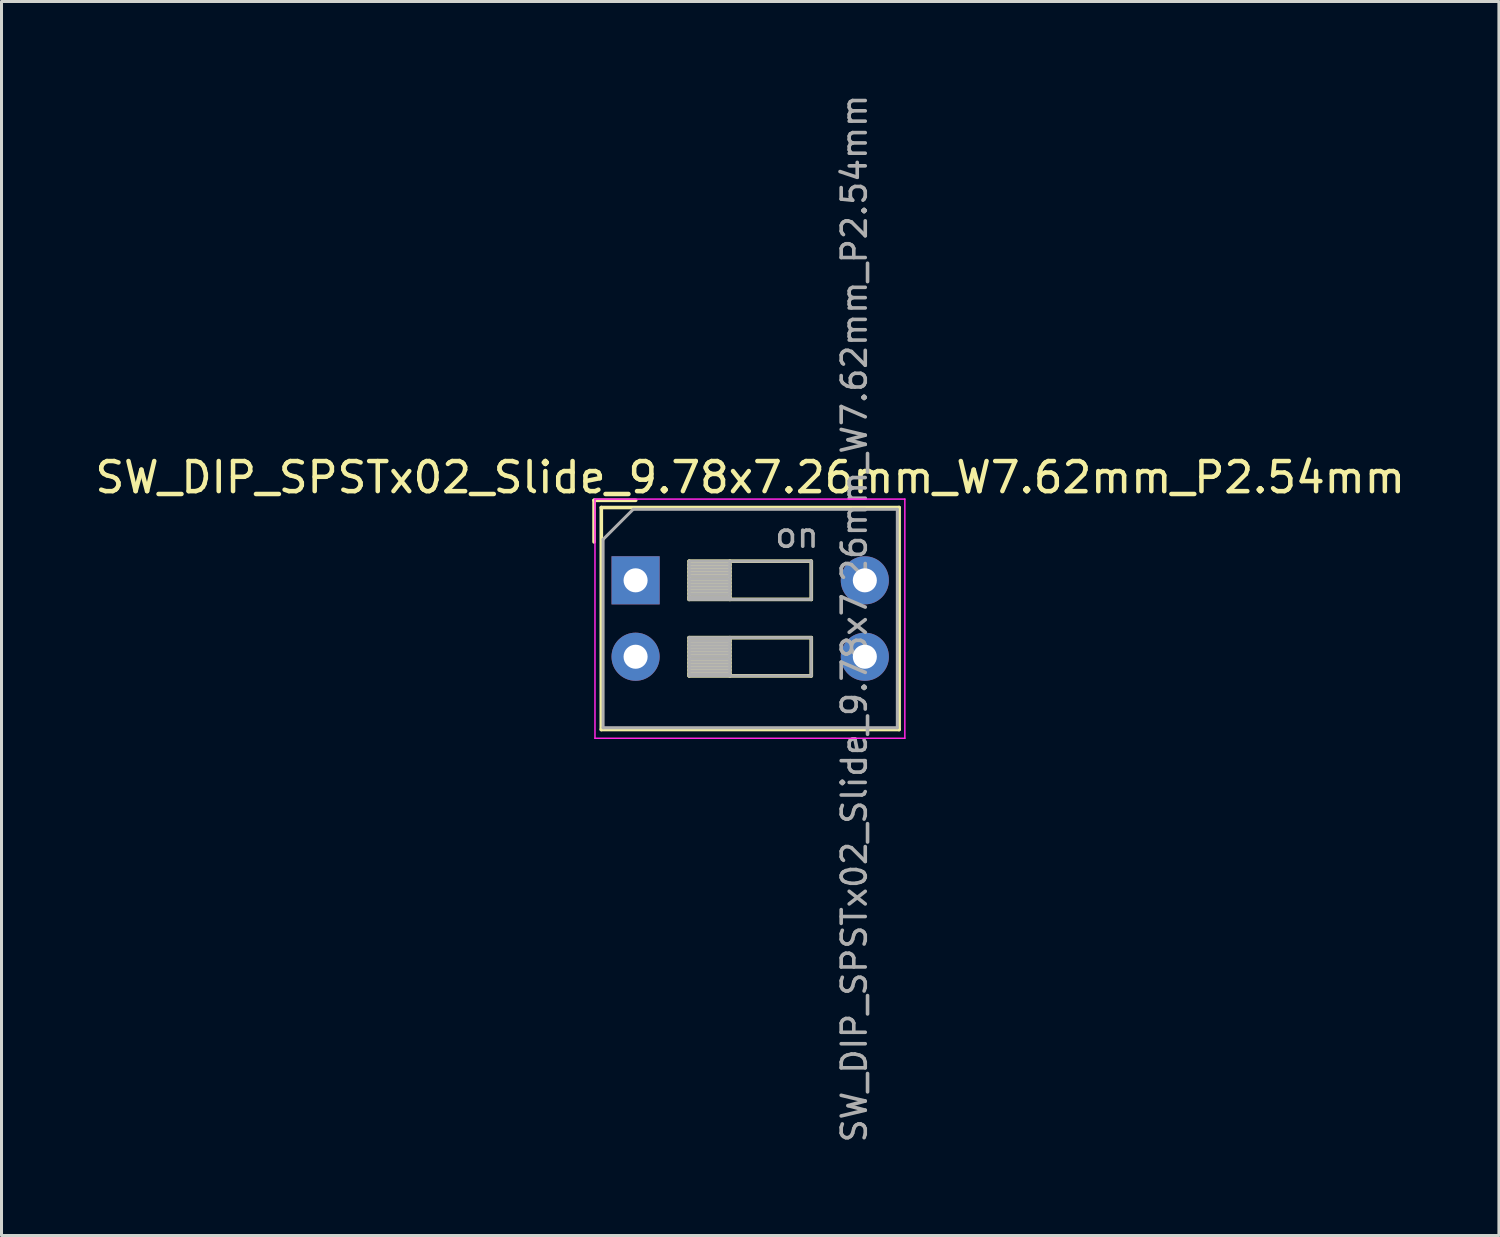
<source format=kicad_pcb>
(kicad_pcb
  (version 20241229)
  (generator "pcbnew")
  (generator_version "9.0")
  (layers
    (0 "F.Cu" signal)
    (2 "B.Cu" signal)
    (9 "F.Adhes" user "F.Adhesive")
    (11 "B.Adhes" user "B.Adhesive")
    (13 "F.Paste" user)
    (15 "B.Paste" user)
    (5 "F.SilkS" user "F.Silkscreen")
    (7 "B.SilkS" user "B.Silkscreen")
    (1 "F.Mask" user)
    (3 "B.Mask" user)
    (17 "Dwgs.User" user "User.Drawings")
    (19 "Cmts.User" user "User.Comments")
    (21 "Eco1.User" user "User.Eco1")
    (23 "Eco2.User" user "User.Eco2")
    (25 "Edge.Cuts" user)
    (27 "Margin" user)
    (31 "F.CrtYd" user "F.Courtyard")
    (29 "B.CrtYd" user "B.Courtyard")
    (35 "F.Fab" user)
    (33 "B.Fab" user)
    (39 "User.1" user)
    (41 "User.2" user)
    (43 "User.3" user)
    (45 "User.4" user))
  (footprint "SW_DIP_SPSTx02_Slide_9.78x7.26mm_W7.62mm_P2.54mm"
    (layer "F.Cu")
    (at 18.077 16.24)
    (property "Reference" "SW_DIP_SPSTx02_Slide_9.78x7.26mm_W7.62mm_P2.54mm" (at 3.81 -3.42 0) (layer "F.SilkS") (effects (font (size 1 1) (thickness 0.15))))
    (attr through_hole)
    (fp_line (start -1.38 -2.66) (end -1.38 -1.277) (stroke (width 0.12) (type solid)) (layer "F.SilkS"))
    (fp_line (start -1.38 -2.66) (end 0.004 -2.66) (stroke (width 0.12) (type solid)) (layer "F.SilkS"))
    (fp_line (start -1.14 -2.42) (end -1.14 4.96) (stroke (width 0.12) (type solid)) (layer "F.SilkS"))
    (fp_line (start -1.14 -2.42) (end 8.76 -2.42) (stroke (width 0.12) (type solid)) (layer "F.SilkS"))
    (fp_line (start -1.14 4.96) (end 8.76 4.96) (stroke (width 0.12) (type solid)) (layer "F.SilkS"))
    (fp_line (start 1.78 -0.635) (end 1.78 0.635) (stroke (width 0.12) (type solid)) (layer "F.SilkS"))
    (fp_line (start 1.78 -0.515) (end 3.133 -0.515) (stroke (width 0.12) (type solid)) (layer "F.SilkS"))
    (fp_line (start 1.78 -0.395) (end 3.133 -0.395) (stroke (width 0.12) (type solid)) (layer "F.SilkS"))
    (fp_line (start 1.78 -0.275) (end 3.133 -0.275) (stroke (width 0.12) (type solid)) (layer "F.SilkS"))
    (fp_line (start 1.78 -0.155) (end 3.133 -0.155) (stroke (width 0.12) (type solid)) (layer "F.SilkS"))
    (fp_line (start 1.78 -0.035) (end 3.133 -0.035) (stroke (width 0.12) (type solid)) (layer "F.SilkS"))
    (fp_line (start 1.78 0.085) (end 3.133 0.085) (stroke (width 0.12) (type solid)) (layer "F.SilkS"))
    (fp_line (start 1.78 0.205) (end 3.133 0.205) (stroke (width 0.12) (type solid)) (layer "F.SilkS"))
    (fp_line (start 1.78 0.325) (end 3.133 0.325) (stroke (width 0.12) (type solid)) (layer "F.SilkS"))
    (fp_line (start 1.78 0.445) (end 3.133 0.445) (stroke (width 0.12) (type solid)) (layer "F.SilkS"))
    (fp_line (start 1.78 0.565) (end 3.133 0.565) (stroke (width 0.12) (type solid)) (layer "F.SilkS"))
    (fp_line (start 1.78 0.635) (end 5.84 0.635) (stroke (width 0.12) (type solid)) (layer "F.SilkS"))
    (fp_line (start 1.78 1.905) (end 1.78 3.175) (stroke (width 0.12) (type solid)) (layer "F.SilkS"))
    (fp_line (start 1.78 2.025) (end 3.133 2.025) (stroke (width 0.12) (type solid)) (layer "F.SilkS"))
    (fp_line (start 1.78 2.145) (end 3.133 2.145) (stroke (width 0.12) (type solid)) (layer "F.SilkS"))
    (fp_line (start 1.78 2.265) (end 3.133 2.265) (stroke (width 0.12) (type solid)) (layer "F.SilkS"))
    (fp_line (start 1.78 2.385) (end 3.133 2.385) (stroke (width 0.12) (type solid)) (layer "F.SilkS"))
    (fp_line (start 1.78 2.505) (end 3.133 2.505) (stroke (width 0.12) (type solid)) (layer "F.SilkS"))
    (fp_line (start 1.78 2.625) (end 3.133 2.625) (stroke (width 0.12) (type solid)) (layer "F.SilkS"))
    (fp_line (start 1.78 2.745) (end 3.133 2.745) (stroke (width 0.12) (type solid)) (layer "F.SilkS"))
    (fp_line (start 1.78 2.865) (end 3.133 2.865) (stroke (width 0.12) (type solid)) (layer "F.SilkS"))
    (fp_line (start 1.78 2.985) (end 3.133 2.985) (stroke (width 0.12) (type solid)) (layer "F.SilkS"))
    (fp_line (start 1.78 3.105) (end 3.133 3.105) (stroke (width 0.12) (type solid)) (layer "F.SilkS"))
    (fp_line (start 1.78 3.175) (end 5.84 3.175) (stroke (width 0.12) (type solid)) (layer "F.SilkS"))
    (fp_line (start 3.133 -0.635) (end 3.133 0.635) (stroke (width 0.12) (type solid)) (layer "F.SilkS"))
    (fp_line (start 3.133 1.905) (end 3.133 3.175) (stroke (width 0.12) (type solid)) (layer "F.SilkS"))
    (fp_line (start 5.84 -0.635) (end 1.78 -0.635) (stroke (width 0.12) (type solid)) (layer "F.SilkS"))
    (fp_line (start 5.84 0.635) (end 5.84 -0.635) (stroke (width 0.12) (type solid)) (layer "F.SilkS"))
    (fp_line (start 5.84 1.905) (end 1.78 1.905) (stroke (width 0.12) (type solid)) (layer "F.SilkS"))
    (fp_line (start 5.84 3.175) (end 5.84 1.905) (stroke (width 0.12) (type solid)) (layer "F.SilkS"))
    (fp_line (start 8.76 -2.42) (end 8.76 4.96) (stroke (width 0.12) (type solid)) (layer "F.SilkS"))
    (fp_line (start -1.35 -2.7) (end -1.35 5.25) (stroke (width 0.05) (type solid)) (layer "F.CrtYd"))
    (fp_line (start -1.35 5.25) (end 8.95 5.25) (stroke (width 0.05) (type solid)) (layer "F.CrtYd"))
    (fp_line (start 8.95 -2.7) (end -1.35 -2.7) (stroke (width 0.05) (type solid)) (layer "F.CrtYd"))
    (fp_line (start 8.95 5.25) (end 8.95 -2.7) (stroke (width 0.05) (type solid)) (layer "F.CrtYd"))
    (fp_line (start -1.08 -1.36) (end -0.08 -2.36) (stroke (width 0.1) (type solid)) (layer "F.Fab"))
    (fp_line (start -1.08 4.9) (end -1.08 -1.36) (stroke (width 0.1) (type solid)) (layer "F.Fab"))
    (fp_line (start -0.08 -2.36) (end 8.7 -2.36) (stroke (width 0.1) (type solid)) (layer "F.Fab"))
    (fp_line (start 1.78 -0.635) (end 1.78 0.635) (stroke (width 0.1) (type solid)) (layer "F.Fab"))
    (fp_line (start 1.78 -0.535) (end 3.133 -0.535) (stroke (width 0.1) (type solid)) (layer "F.Fab"))
    (fp_line (start 1.78 -0.435) (end 3.133 -0.435) (stroke (width 0.1) (type solid)) (layer "F.Fab"))
    (fp_line (start 1.78 -0.335) (end 3.133 -0.335) (stroke (width 0.1) (type solid)) (layer "F.Fab"))
    (fp_line (start 1.78 -0.235) (end 3.133 -0.235) (stroke (width 0.1) (type solid)) (layer "F.Fab"))
    (fp_line (start 1.78 -0.135) (end 3.133 -0.135) (stroke (width 0.1) (type solid)) (layer "F.Fab"))
    (fp_line (start 1.78 -0.035) (end 3.133 -0.035) (stroke (width 0.1) (type solid)) (layer "F.Fab"))
    (fp_line (start 1.78 0.065) (end 3.133 0.065) (stroke (width 0.1) (type solid)) (layer "F.Fab"))
    (fp_line (start 1.78 0.165) (end 3.133 0.165) (stroke (width 0.1) (type solid)) (layer "F.Fab"))
    (fp_line (start 1.78 0.265) (end 3.133 0.265) (stroke (width 0.1) (type solid)) (layer "F.Fab"))
    (fp_line (start 1.78 0.365) (end 3.133 0.365) (stroke (width 0.1) (type solid)) (layer "F.Fab"))
    (fp_line (start 1.78 0.465) (end 3.133 0.465) (stroke (width 0.1) (type solid)) (layer "F.Fab"))
    (fp_line (start 1.78 0.565) (end 3.133 0.565) (stroke (width 0.1) (type solid)) (layer "F.Fab"))
    (fp_line (start 1.78 0.635) (end 5.84 0.635) (stroke (width 0.1) (type solid)) (layer "F.Fab"))
    (fp_line (start 1.78 1.905) (end 1.78 3.175) (stroke (width 0.1) (type solid)) (layer "F.Fab"))
    (fp_line (start 1.78 2.005) (end 3.133 2.005) (stroke (width 0.1) (type solid)) (layer "F.Fab"))
    (fp_line (start 1.78 2.105) (end 3.133 2.105) (stroke (width 0.1) (type solid)) (layer "F.Fab"))
    (fp_line (start 1.78 2.205) (end 3.133 2.205) (stroke (width 0.1) (type solid)) (layer "F.Fab"))
    (fp_line (start 1.78 2.305) (end 3.133 2.305) (stroke (width 0.1) (type solid)) (layer "F.Fab"))
    (fp_line (start 1.78 2.405) (end 3.133 2.405) (stroke (width 0.1) (type solid)) (layer "F.Fab"))
    (fp_line (start 1.78 2.505) (end 3.133 2.505) (stroke (width 0.1) (type solid)) (layer "F.Fab"))
    (fp_line (start 1.78 2.605) (end 3.133 2.605) (stroke (width 0.1) (type solid)) (layer "F.Fab"))
    (fp_line (start 1.78 2.705) (end 3.133 2.705) (stroke (width 0.1) (type solid)) (layer "F.Fab"))
    (fp_line (start 1.78 2.805) (end 3.133 2.805) (stroke (width 0.1) (type solid)) (layer "F.Fab"))
    (fp_line (start 1.78 2.905) (end 3.133 2.905) (stroke (width 0.1) (type solid)) (layer "F.Fab"))
    (fp_line (start 1.78 3.005) (end 3.133 3.005) (stroke (width 0.1) (type solid)) (layer "F.Fab"))
    (fp_line (start 1.78 3.105) (end 3.133 3.105) (stroke (width 0.1) (type solid)) (layer "F.Fab"))
    (fp_line (start 1.78 3.175) (end 5.84 3.175) (stroke (width 0.1) (type solid)) (layer "F.Fab"))
    (fp_line (start 3.133 -0.635) (end 3.133 0.635) (stroke (width 0.1) (type solid)) (layer "F.Fab"))
    (fp_line (start 3.133 1.905) (end 3.133 3.175) (stroke (width 0.1) (type solid)) (layer "F.Fab"))
    (fp_line (start 5.84 -0.635) (end 1.78 -0.635) (stroke (width 0.1) (type solid)) (layer "F.Fab"))
    (fp_line (start 5.84 0.635) (end 5.84 -0.635) (stroke (width 0.1) (type solid)) (layer "F.Fab"))
    (fp_line (start 5.84 1.905) (end 1.78 1.905) (stroke (width 0.1) (type solid)) (layer "F.Fab"))
    (fp_line (start 5.84 3.175) (end 5.84 1.905) (stroke (width 0.1) (type solid)) (layer "F.Fab"))
    (fp_line (start 8.7 -2.36) (end 8.7 4.9) (stroke (width 0.1) (type solid)) (layer "F.Fab"))
    (fp_line (start 8.7 4.9) (end -1.08 4.9) (stroke (width 0.1) (type solid)) (layer "F.Fab"))
    (fp_text user "${REFERENCE}" (at 7.27 1.27 90) (layer "F.Fab") (effects (font (size 0.8 0.8) (thickness 0.12))))
    (fp_text user "on" (at 5.365 -1.498 0) (layer "F.Fab") (effects (font (size 0.8 0.8) (thickness 0.12))))
    (pad "1" thru_hole rect (at 0 0) (size 1.6 1.6) (drill 0.8) (layers "*.Cu" "*.Mask"))
    (pad "2" thru_hole oval (at 0 2.54) (size 1.6 1.6) (drill 0.8) (layers "*.Cu" "*.Mask"))
    (pad "3" thru_hole oval (at 7.62 2.54) (size 1.6 1.6) (drill 0.8) (layers "*.Cu" "*.Mask"))
    (pad "4" thru_hole oval (at 7.62 0) (size 1.6 1.6) (drill 0.8) (layers "*.Cu" "*.Mask")))
  (gr_rect
    (start -3 -3)
    (end 46.774 38.019)
    (stroke (width 0.1) (type default))
    (fill no)
    (layer "Edge.Cuts")))
</source>
